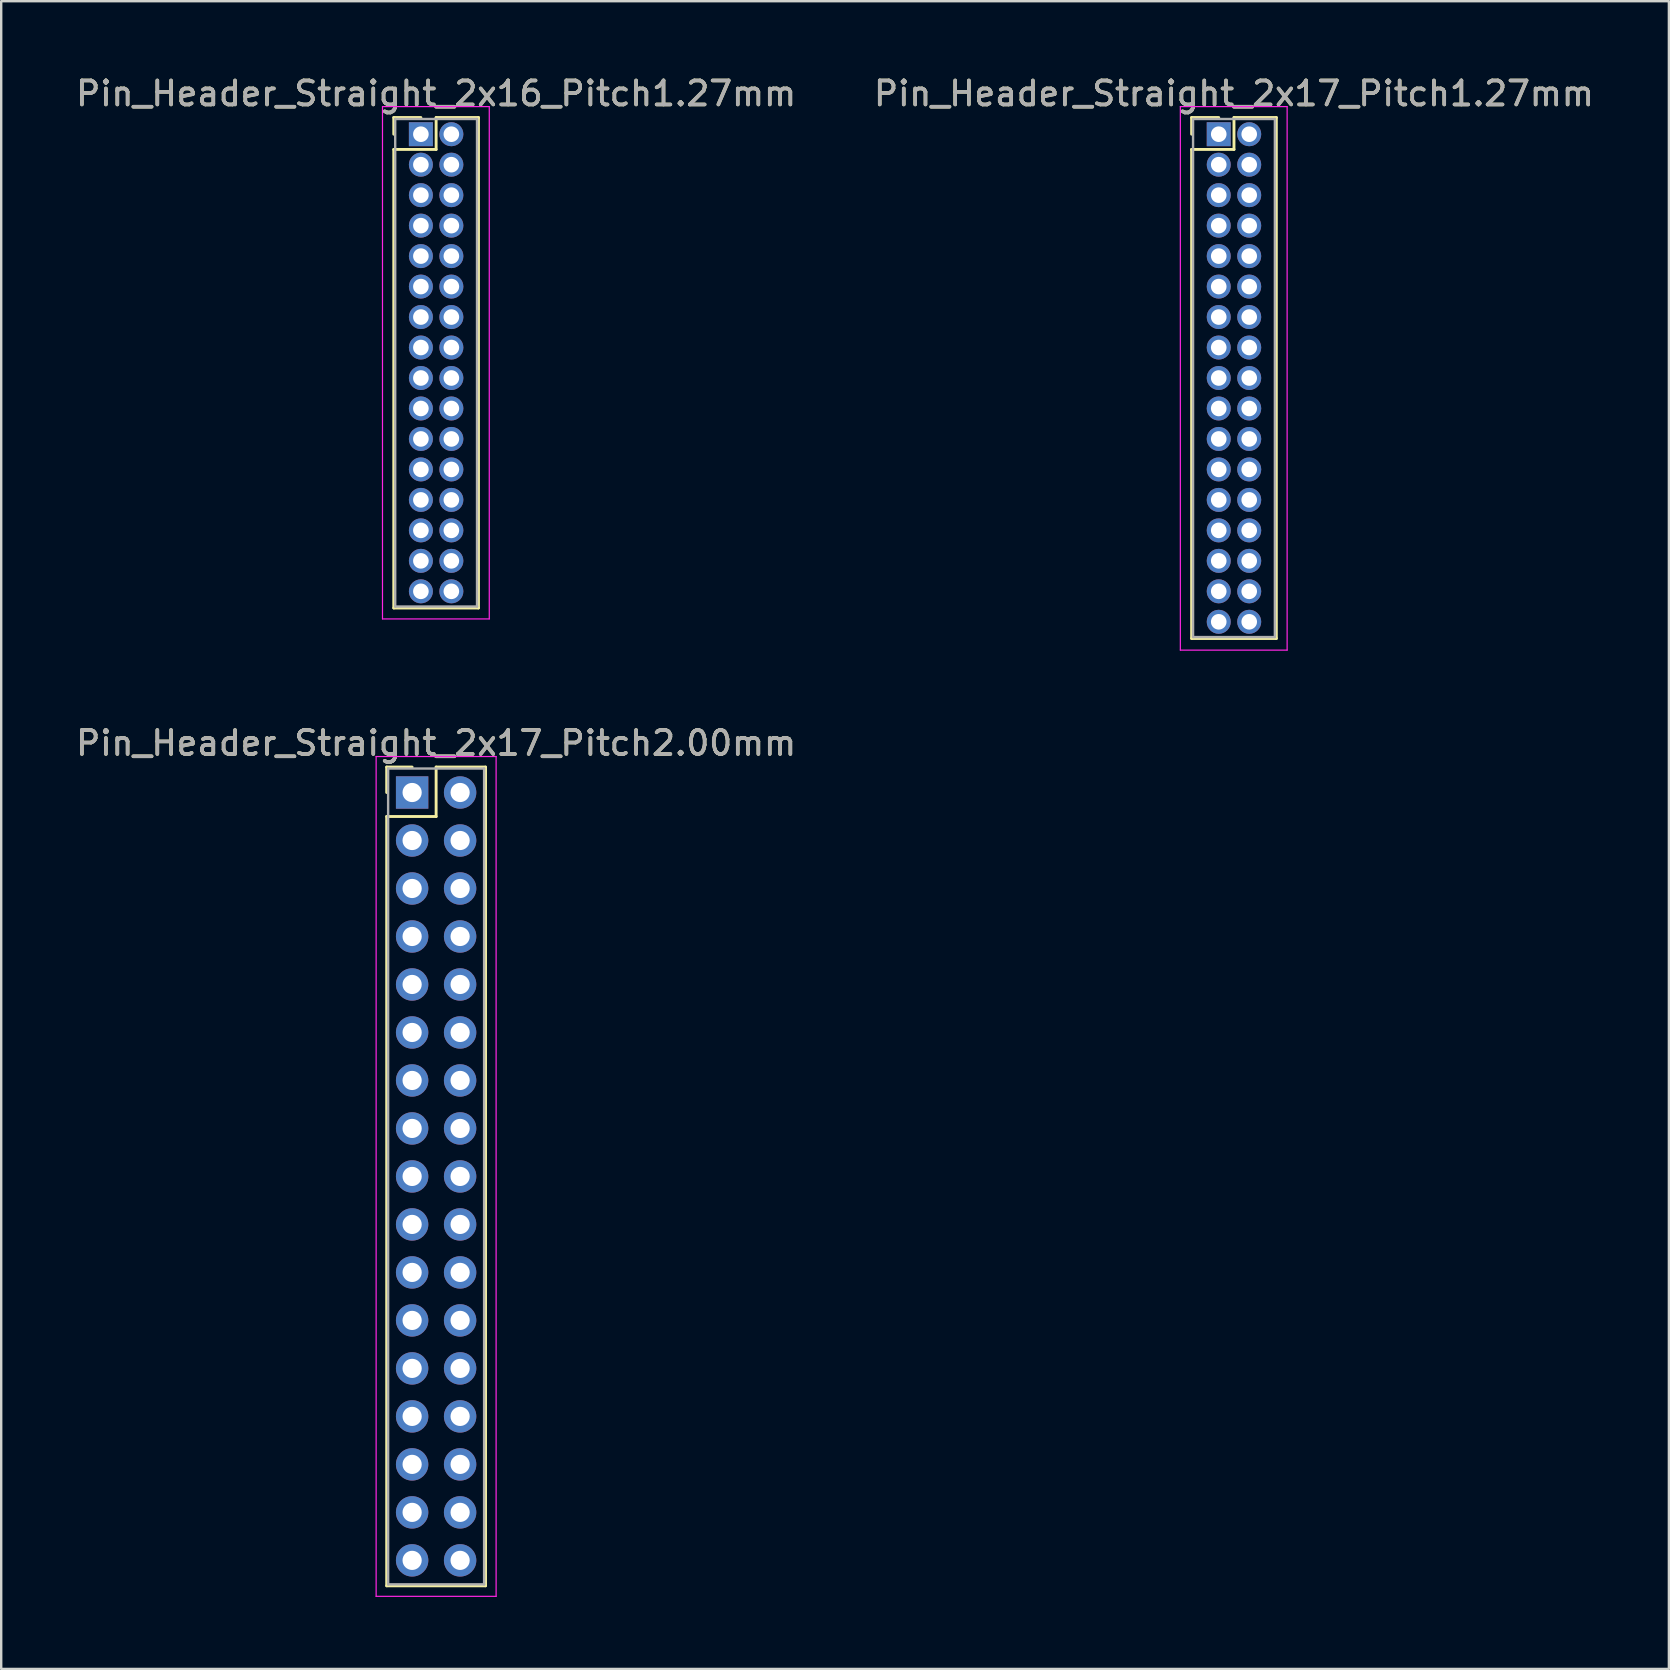
<source format=kicad_pcb>
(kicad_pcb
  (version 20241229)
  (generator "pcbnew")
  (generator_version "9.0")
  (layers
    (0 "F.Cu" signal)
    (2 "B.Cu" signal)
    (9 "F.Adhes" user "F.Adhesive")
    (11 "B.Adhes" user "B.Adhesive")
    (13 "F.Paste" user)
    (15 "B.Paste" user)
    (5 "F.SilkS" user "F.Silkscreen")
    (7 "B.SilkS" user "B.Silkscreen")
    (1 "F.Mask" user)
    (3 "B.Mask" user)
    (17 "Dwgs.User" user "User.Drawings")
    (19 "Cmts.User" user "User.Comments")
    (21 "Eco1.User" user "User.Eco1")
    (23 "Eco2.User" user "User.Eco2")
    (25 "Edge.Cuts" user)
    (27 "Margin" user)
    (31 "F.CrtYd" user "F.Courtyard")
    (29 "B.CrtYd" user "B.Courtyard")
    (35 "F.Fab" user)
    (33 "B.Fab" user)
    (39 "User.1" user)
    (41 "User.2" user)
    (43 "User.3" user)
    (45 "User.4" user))
  (footprint "Pin_Header_Straight_2x16_Pitch1.27mm"
    (layer "F.Cu")
    (at 14.49 2.543)
    (property "Reference" "Pin_Header_Straight_2x16_Pitch1.27mm" (at 0.635 -1.695 0) (layer "F.SilkS") (effects (font (size 1 1) (thickness 0.15))))
    (attr through_hole)
    (fp_line (start -1.13 -0.695) (end 0 -0.695) (stroke (width 0.12) (type solid)) (layer "F.SilkS"))
    (fp_line (start -1.13 0) (end -1.13 -0.695) (stroke (width 0.12) (type solid)) (layer "F.SilkS"))
    (fp_line (start -1.13 0.635) (end -1.13 19.745) (stroke (width 0.12) (type solid)) (layer "F.SilkS"))
    (fp_line (start -1.13 19.745) (end 2.4 19.745) (stroke (width 0.12) (type solid)) (layer "F.SilkS"))
    (fp_line (start 0.635 -0.695) (end 0.635 0.635) (stroke (width 0.12) (type solid)) (layer "F.SilkS"))
    (fp_line (start 0.635 0.635) (end -1.13 0.635) (stroke (width 0.12) (type solid)) (layer "F.SilkS"))
    (fp_line (start 2.4 -0.695) (end 0.635 -0.695) (stroke (width 0.12) (type solid)) (layer "F.SilkS"))
    (fp_line (start 2.4 19.745) (end 2.4 -0.695) (stroke (width 0.12) (type solid)) (layer "F.SilkS"))
    (fp_line (start -1.6 -1.15) (end -1.6 20.2) (stroke (width 0.05) (type solid)) (layer "F.CrtYd"))
    (fp_line (start -1.6 20.2) (end 2.85 20.2) (stroke (width 0.05) (type solid)) (layer "F.CrtYd"))
    (fp_line (start 2.85 -1.15) (end -1.6 -1.15) (stroke (width 0.05) (type solid)) (layer "F.CrtYd"))
    (fp_line (start 2.85 20.2) (end 2.85 -1.15) (stroke (width 0.05) (type solid)) (layer "F.CrtYd"))
    (fp_line (start -1.07 -0.635) (end -1.07 19.685) (stroke (width 0.1) (type solid)) (layer "F.Fab"))
    (fp_line (start -1.07 19.685) (end 2.34 19.685) (stroke (width 0.1) (type solid)) (layer "F.Fab"))
    (fp_line (start 2.34 -0.635) (end -1.07 -0.635) (stroke (width 0.1) (type solid)) (layer "F.Fab"))
    (fp_line (start 2.34 19.685) (end 2.34 -0.635) (stroke (width 0.1) (type solid)) (layer "F.Fab"))
    (fp_text user "${REFERENCE}" (at 0.635 -1.695 0) (layer "F.Fab") (effects (font (size 1 1) (thickness 0.15))))
    (pad "1" thru_hole rect (at 0 0) (size 1 1) (drill 0.65) (layers "*.Cu" "*.Mask"))
    (pad "2" thru_hole oval (at 1.27 0) (size 1 1) (drill 0.65) (layers "*.Cu" "*.Mask"))
    (pad "3" thru_hole oval (at 0 1.27) (size 1 1) (drill 0.65) (layers "*.Cu" "*.Mask"))
    (pad "4" thru_hole oval (at 1.27 1.27) (size 1 1) (drill 0.65) (layers "*.Cu" "*.Mask"))
    (pad "5" thru_hole oval (at 0 2.54) (size 1 1) (drill 0.65) (layers "*.Cu" "*.Mask"))
    (pad "6" thru_hole oval (at 1.27 2.54) (size 1 1) (drill 0.65) (layers "*.Cu" "*.Mask"))
    (pad "7" thru_hole oval (at 0 3.81) (size 1 1) (drill 0.65) (layers "*.Cu" "*.Mask"))
    (pad "8" thru_hole oval (at 1.27 3.81) (size 1 1) (drill 0.65) (layers "*.Cu" "*.Mask"))
    (pad "9" thru_hole oval (at 0 5.08) (size 1 1) (drill 0.65) (layers "*.Cu" "*.Mask"))
    (pad "10" thru_hole oval (at 1.27 5.08) (size 1 1) (drill 0.65) (layers "*.Cu" "*.Mask"))
    (pad "11" thru_hole oval (at 0 6.35) (size 1 1) (drill 0.65) (layers "*.Cu" "*.Mask"))
    (pad "12" thru_hole oval (at 1.27 6.35) (size 1 1) (drill 0.65) (layers "*.Cu" "*.Mask"))
    (pad "13" thru_hole oval (at 0 7.62) (size 1 1) (drill 0.65) (layers "*.Cu" "*.Mask"))
    (pad "14" thru_hole oval (at 1.27 7.62) (size 1 1) (drill 0.65) (layers "*.Cu" "*.Mask"))
    (pad "15" thru_hole oval (at 0 8.89) (size 1 1) (drill 0.65) (layers "*.Cu" "*.Mask"))
    (pad "16" thru_hole oval (at 1.27 8.89) (size 1 1) (drill 0.65) (layers "*.Cu" "*.Mask"))
    (pad "17" thru_hole oval (at 0 10.16) (size 1 1) (drill 0.65) (layers "*.Cu" "*.Mask"))
    (pad "18" thru_hole oval (at 1.27 10.16) (size 1 1) (drill 0.65) (layers "*.Cu" "*.Mask"))
    (pad "19" thru_hole oval (at 0 11.43) (size 1 1) (drill 0.65) (layers "*.Cu" "*.Mask"))
    (pad "20" thru_hole oval (at 1.27 11.43) (size 1 1) (drill 0.65) (layers "*.Cu" "*.Mask"))
    (pad "21" thru_hole oval (at 0 12.7) (size 1 1) (drill 0.65) (layers "*.Cu" "*.Mask"))
    (pad "22" thru_hole oval (at 1.27 12.7) (size 1 1) (drill 0.65) (layers "*.Cu" "*.Mask"))
    (pad "23" thru_hole oval (at 0 13.97) (size 1 1) (drill 0.65) (layers "*.Cu" "*.Mask"))
    (pad "24" thru_hole oval (at 1.27 13.97) (size 1 1) (drill 0.65) (layers "*.Cu" "*.Mask"))
    (pad "25" thru_hole oval (at 0 15.24) (size 1 1) (drill 0.65) (layers "*.Cu" "*.Mask"))
    (pad "26" thru_hole oval (at 1.27 15.24) (size 1 1) (drill 0.65) (layers "*.Cu" "*.Mask"))
    (pad "27" thru_hole oval (at 0 16.51) (size 1 1) (drill 0.65) (layers "*.Cu" "*.Mask"))
    (pad "28" thru_hole oval (at 1.27 16.51) (size 1 1) (drill 0.65) (layers "*.Cu" "*.Mask"))
    (pad "29" thru_hole oval (at 0 17.78) (size 1 1) (drill 0.65) (layers "*.Cu" "*.Mask"))
    (pad "30" thru_hole oval (at 1.27 17.78) (size 1 1) (drill 0.65) (layers "*.Cu" "*.Mask"))
    (pad "31" thru_hole oval (at 0 19.05) (size 1 1) (drill 0.65) (layers "*.Cu" "*.Mask"))
    (pad "32" thru_hole oval (at 1.27 19.05) (size 1 1) (drill 0.65) (layers "*.Cu" "*.Mask")))
  (footprint "Pin_Header_Straight_2x17_Pitch1.27mm"
    (layer "F.Cu")
    (at 47.74 2.543)
    (property "Reference" "Pin_Header_Straight_2x17_Pitch1.27mm" (at 0.635 -1.695 0) (layer "F.SilkS") (effects (font (size 1 1) (thickness 0.15))))
    (attr through_hole)
    (fp_line (start -1.13 -0.695) (end 0 -0.695) (stroke (width 0.12) (type solid)) (layer "F.SilkS"))
    (fp_line (start -1.13 0) (end -1.13 -0.695) (stroke (width 0.12) (type solid)) (layer "F.SilkS"))
    (fp_line (start -1.13 0.635) (end -1.13 21.015) (stroke (width 0.12) (type solid)) (layer "F.SilkS"))
    (fp_line (start -1.13 21.015) (end 2.4 21.015) (stroke (width 0.12) (type solid)) (layer "F.SilkS"))
    (fp_line (start 0.635 -0.695) (end 0.635 0.635) (stroke (width 0.12) (type solid)) (layer "F.SilkS"))
    (fp_line (start 0.635 0.635) (end -1.13 0.635) (stroke (width 0.12) (type solid)) (layer "F.SilkS"))
    (fp_line (start 2.4 -0.695) (end 0.635 -0.695) (stroke (width 0.12) (type solid)) (layer "F.SilkS"))
    (fp_line (start 2.4 21.015) (end 2.4 -0.695) (stroke (width 0.12) (type solid)) (layer "F.SilkS"))
    (fp_line (start -1.6 -1.15) (end -1.6 21.5) (stroke (width 0.05) (type solid)) (layer "F.CrtYd"))
    (fp_line (start -1.6 21.5) (end 2.85 21.5) (stroke (width 0.05) (type solid)) (layer "F.CrtYd"))
    (fp_line (start 2.85 -1.15) (end -1.6 -1.15) (stroke (width 0.05) (type solid)) (layer "F.CrtYd"))
    (fp_line (start 2.85 21.5) (end 2.85 -1.15) (stroke (width 0.05) (type solid)) (layer "F.CrtYd"))
    (fp_line (start -1.07 -0.635) (end -1.07 20.955) (stroke (width 0.1) (type solid)) (layer "F.Fab"))
    (fp_line (start -1.07 20.955) (end 2.34 20.955) (stroke (width 0.1) (type solid)) (layer "F.Fab"))
    (fp_line (start 2.34 -0.635) (end -1.07 -0.635) (stroke (width 0.1) (type solid)) (layer "F.Fab"))
    (fp_line (start 2.34 20.955) (end 2.34 -0.635) (stroke (width 0.1) (type solid)) (layer "F.Fab"))
    (fp_text user "${REFERENCE}" (at 0.635 -1.695 0) (layer "F.Fab") (effects (font (size 1 1) (thickness 0.15))))
    (pad "1" thru_hole rect (at 0 0) (size 1 1) (drill 0.65) (layers "*.Cu" "*.Mask"))
    (pad "2" thru_hole oval (at 1.27 0) (size 1 1) (drill 0.65) (layers "*.Cu" "*.Mask"))
    (pad "3" thru_hole oval (at 0 1.27) (size 1 1) (drill 0.65) (layers "*.Cu" "*.Mask"))
    (pad "4" thru_hole oval (at 1.27 1.27) (size 1 1) (drill 0.65) (layers "*.Cu" "*.Mask"))
    (pad "5" thru_hole oval (at 0 2.54) (size 1 1) (drill 0.65) (layers "*.Cu" "*.Mask"))
    (pad "6" thru_hole oval (at 1.27 2.54) (size 1 1) (drill 0.65) (layers "*.Cu" "*.Mask"))
    (pad "7" thru_hole oval (at 0 3.81) (size 1 1) (drill 0.65) (layers "*.Cu" "*.Mask"))
    (pad "8" thru_hole oval (at 1.27 3.81) (size 1 1) (drill 0.65) (layers "*.Cu" "*.Mask"))
    (pad "9" thru_hole oval (at 0 5.08) (size 1 1) (drill 0.65) (layers "*.Cu" "*.Mask"))
    (pad "10" thru_hole oval (at 1.27 5.08) (size 1 1) (drill 0.65) (layers "*.Cu" "*.Mask"))
    (pad "11" thru_hole oval (at 0 6.35) (size 1 1) (drill 0.65) (layers "*.Cu" "*.Mask"))
    (pad "12" thru_hole oval (at 1.27 6.35) (size 1 1) (drill 0.65) (layers "*.Cu" "*.Mask"))
    (pad "13" thru_hole oval (at 0 7.62) (size 1 1) (drill 0.65) (layers "*.Cu" "*.Mask"))
    (pad "14" thru_hole oval (at 1.27 7.62) (size 1 1) (drill 0.65) (layers "*.Cu" "*.Mask"))
    (pad "15" thru_hole oval (at 0 8.89) (size 1 1) (drill 0.65) (layers "*.Cu" "*.Mask"))
    (pad "16" thru_hole oval (at 1.27 8.89) (size 1 1) (drill 0.65) (layers "*.Cu" "*.Mask"))
    (pad "17" thru_hole oval (at 0 10.16) (size 1 1) (drill 0.65) (layers "*.Cu" "*.Mask"))
    (pad "18" thru_hole oval (at 1.27 10.16) (size 1 1) (drill 0.65) (layers "*.Cu" "*.Mask"))
    (pad "19" thru_hole oval (at 0 11.43) (size 1 1) (drill 0.65) (layers "*.Cu" "*.Mask"))
    (pad "20" thru_hole oval (at 1.27 11.43) (size 1 1) (drill 0.65) (layers "*.Cu" "*.Mask"))
    (pad "21" thru_hole oval (at 0 12.7) (size 1 1) (drill 0.65) (layers "*.Cu" "*.Mask"))
    (pad "22" thru_hole oval (at 1.27 12.7) (size 1 1) (drill 0.65) (layers "*.Cu" "*.Mask"))
    (pad "23" thru_hole oval (at 0 13.97) (size 1 1) (drill 0.65) (layers "*.Cu" "*.Mask"))
    (pad "24" thru_hole oval (at 1.27 13.97) (size 1 1) (drill 0.65) (layers "*.Cu" "*.Mask"))
    (pad "25" thru_hole oval (at 0 15.24) (size 1 1) (drill 0.65) (layers "*.Cu" "*.Mask"))
    (pad "26" thru_hole oval (at 1.27 15.24) (size 1 1) (drill 0.65) (layers "*.Cu" "*.Mask"))
    (pad "27" thru_hole oval (at 0 16.51) (size 1 1) (drill 0.65) (layers "*.Cu" "*.Mask"))
    (pad "28" thru_hole oval (at 1.27 16.51) (size 1 1) (drill 0.65) (layers "*.Cu" "*.Mask"))
    (pad "29" thru_hole oval (at 0 17.78) (size 1 1) (drill 0.65) (layers "*.Cu" "*.Mask"))
    (pad "30" thru_hole oval (at 1.27 17.78) (size 1 1) (drill 0.65) (layers "*.Cu" "*.Mask"))
    (pad "31" thru_hole oval (at 0 19.05) (size 1 1) (drill 0.65) (layers "*.Cu" "*.Mask"))
    (pad "32" thru_hole oval (at 1.27 19.05) (size 1 1) (drill 0.65) (layers "*.Cu" "*.Mask"))
    (pad "33" thru_hole oval (at 0 20.32) (size 1 1) (drill 0.65) (layers "*.Cu" "*.Mask"))
    (pad "34" thru_hole oval (at 1.27 20.32) (size 1 1) (drill 0.65) (layers "*.Cu" "*.Mask")))
  (footprint "Pin_Header_Straight_2x17_Pitch2.00mm"
    (layer "F.Cu")
    (at 14.125 29.977)
    (property "Reference" "Pin_Header_Straight_2x17_Pitch2.00mm" (at 1 -2.06 0) (layer "F.SilkS") (effects (font (size 1 1) (thickness 0.15))))
    (attr through_hole)
    (fp_line (start -1.06 -1.06) (end 0 -1.06) (stroke (width 0.12) (type solid)) (layer "F.SilkS"))
    (fp_line (start -1.06 0) (end -1.06 -1.06) (stroke (width 0.12) (type solid)) (layer "F.SilkS"))
    (fp_line (start -1.06 1) (end -1.06 33.06) (stroke (width 0.12) (type solid)) (layer "F.SilkS"))
    (fp_line (start -1.06 33.06) (end 3.06 33.06) (stroke (width 0.12) (type solid)) (layer "F.SilkS"))
    (fp_line (start 1 -1.06) (end 1 1) (stroke (width 0.12) (type solid)) (layer "F.SilkS"))
    (fp_line (start 1 1) (end -1.06 1) (stroke (width 0.12) (type solid)) (layer "F.SilkS"))
    (fp_line (start 3.06 -1.06) (end 1 -1.06) (stroke (width 0.12) (type solid)) (layer "F.SilkS"))
    (fp_line (start 3.06 33.06) (end 3.06 -1.06) (stroke (width 0.12) (type solid)) (layer "F.SilkS"))
    (fp_line (start -1.5 -1.5) (end -1.5 33.5) (stroke (width 0.05) (type solid)) (layer "F.CrtYd"))
    (fp_line (start -1.5 33.5) (end 3.5 33.5) (stroke (width 0.05) (type solid)) (layer "F.CrtYd"))
    (fp_line (start 3.5 -1.5) (end -1.5 -1.5) (stroke (width 0.05) (type solid)) (layer "F.CrtYd"))
    (fp_line (start 3.5 33.5) (end 3.5 -1.5) (stroke (width 0.05) (type solid)) (layer "F.CrtYd"))
    (fp_line (start -1 -1) (end -1 33) (stroke (width 0.1) (type solid)) (layer "F.Fab"))
    (fp_line (start -1 33) (end 3 33) (stroke (width 0.1) (type solid)) (layer "F.Fab"))
    (fp_line (start 3 -1) (end -1 -1) (stroke (width 0.1) (type solid)) (layer "F.Fab"))
    (fp_line (start 3 33) (end 3 -1) (stroke (width 0.1) (type solid)) (layer "F.Fab"))
    (fp_text user "${REFERENCE}" (at 1 -2.06 0) (layer "F.Fab") (effects (font (size 1 1) (thickness 0.15))))
    (pad "1" thru_hole rect (at 0 0) (size 1.35 1.35) (drill 0.8) (layers "*.Cu" "*.Mask"))
    (pad "2" thru_hole oval (at 2 0) (size 1.35 1.35) (drill 0.8) (layers "*.Cu" "*.Mask"))
    (pad "3" thru_hole oval (at 0 2) (size 1.35 1.35) (drill 0.8) (layers "*.Cu" "*.Mask"))
    (pad "4" thru_hole oval (at 2 2) (size 1.35 1.35) (drill 0.8) (layers "*.Cu" "*.Mask"))
    (pad "5" thru_hole oval (at 0 4) (size 1.35 1.35) (drill 0.8) (layers "*.Cu" "*.Mask"))
    (pad "6" thru_hole oval (at 2 4) (size 1.35 1.35) (drill 0.8) (layers "*.Cu" "*.Mask"))
    (pad "7" thru_hole oval (at 0 6) (size 1.35 1.35) (drill 0.8) (layers "*.Cu" "*.Mask"))
    (pad "8" thru_hole oval (at 2 6) (size 1.35 1.35) (drill 0.8) (layers "*.Cu" "*.Mask"))
    (pad "9" thru_hole oval (at 0 8) (size 1.35 1.35) (drill 0.8) (layers "*.Cu" "*.Mask"))
    (pad "10" thru_hole oval (at 2 8) (size 1.35 1.35) (drill 0.8) (layers "*.Cu" "*.Mask"))
    (pad "11" thru_hole oval (at 0 10) (size 1.35 1.35) (drill 0.8) (layers "*.Cu" "*.Mask"))
    (pad "12" thru_hole oval (at 2 10) (size 1.35 1.35) (drill 0.8) (layers "*.Cu" "*.Mask"))
    (pad "13" thru_hole oval (at 0 12) (size 1.35 1.35) (drill 0.8) (layers "*.Cu" "*.Mask"))
    (pad "14" thru_hole oval (at 2 12) (size 1.35 1.35) (drill 0.8) (layers "*.Cu" "*.Mask"))
    (pad "15" thru_hole oval (at 0 14) (size 1.35 1.35) (drill 0.8) (layers "*.Cu" "*.Mask"))
    (pad "16" thru_hole oval (at 2 14) (size 1.35 1.35) (drill 0.8) (layers "*.Cu" "*.Mask"))
    (pad "17" thru_hole oval (at 0 16) (size 1.35 1.35) (drill 0.8) (layers "*.Cu" "*.Mask"))
    (pad "18" thru_hole oval (at 2 16) (size 1.35 1.35) (drill 0.8) (layers "*.Cu" "*.Mask"))
    (pad "19" thru_hole oval (at 0 18) (size 1.35 1.35) (drill 0.8) (layers "*.Cu" "*.Mask"))
    (pad "20" thru_hole oval (at 2 18) (size 1.35 1.35) (drill 0.8) (layers "*.Cu" "*.Mask"))
    (pad "21" thru_hole oval (at 0 20) (size 1.35 1.35) (drill 0.8) (layers "*.Cu" "*.Mask"))
    (pad "22" thru_hole oval (at 2 20) (size 1.35 1.35) (drill 0.8) (layers "*.Cu" "*.Mask"))
    (pad "23" thru_hole oval (at 0 22) (size 1.35 1.35) (drill 0.8) (layers "*.Cu" "*.Mask"))
    (pad "24" thru_hole oval (at 2 22) (size 1.35 1.35) (drill 0.8) (layers "*.Cu" "*.Mask"))
    (pad "25" thru_hole oval (at 0 24) (size 1.35 1.35) (drill 0.8) (layers "*.Cu" "*.Mask"))
    (pad "26" thru_hole oval (at 2 24) (size 1.35 1.35) (drill 0.8) (layers "*.Cu" "*.Mask"))
    (pad "27" thru_hole oval (at 0 26) (size 1.35 1.35) (drill 0.8) (layers "*.Cu" "*.Mask"))
    (pad "28" thru_hole oval (at 2 26) (size 1.35 1.35) (drill 0.8) (layers "*.Cu" "*.Mask"))
    (pad "29" thru_hole oval (at 0 28) (size 1.35 1.35) (drill 0.8) (layers "*.Cu" "*.Mask"))
    (pad "30" thru_hole oval (at 2 28) (size 1.35 1.35) (drill 0.8) (layers "*.Cu" "*.Mask"))
    (pad "31" thru_hole oval (at 0 30) (size 1.35 1.35) (drill 0.8) (layers "*.Cu" "*.Mask"))
    (pad "32" thru_hole oval (at 2 30) (size 1.35 1.35) (drill 0.8) (layers "*.Cu" "*.Mask"))
    (pad "33" thru_hole oval (at 0 32) (size 1.35 1.35) (drill 0.8) (layers "*.Cu" "*.Mask"))
    (pad "34" thru_hole oval (at 2 32) (size 1.35 1.35) (drill 0.8) (layers "*.Cu" "*.Mask")))
  (gr_rect
    (start -3 -3)
    (end 66.5 66.501)
    (stroke (width 0.1) (type default))
    (fill no)
    (layer "Edge.Cuts")))
</source>
